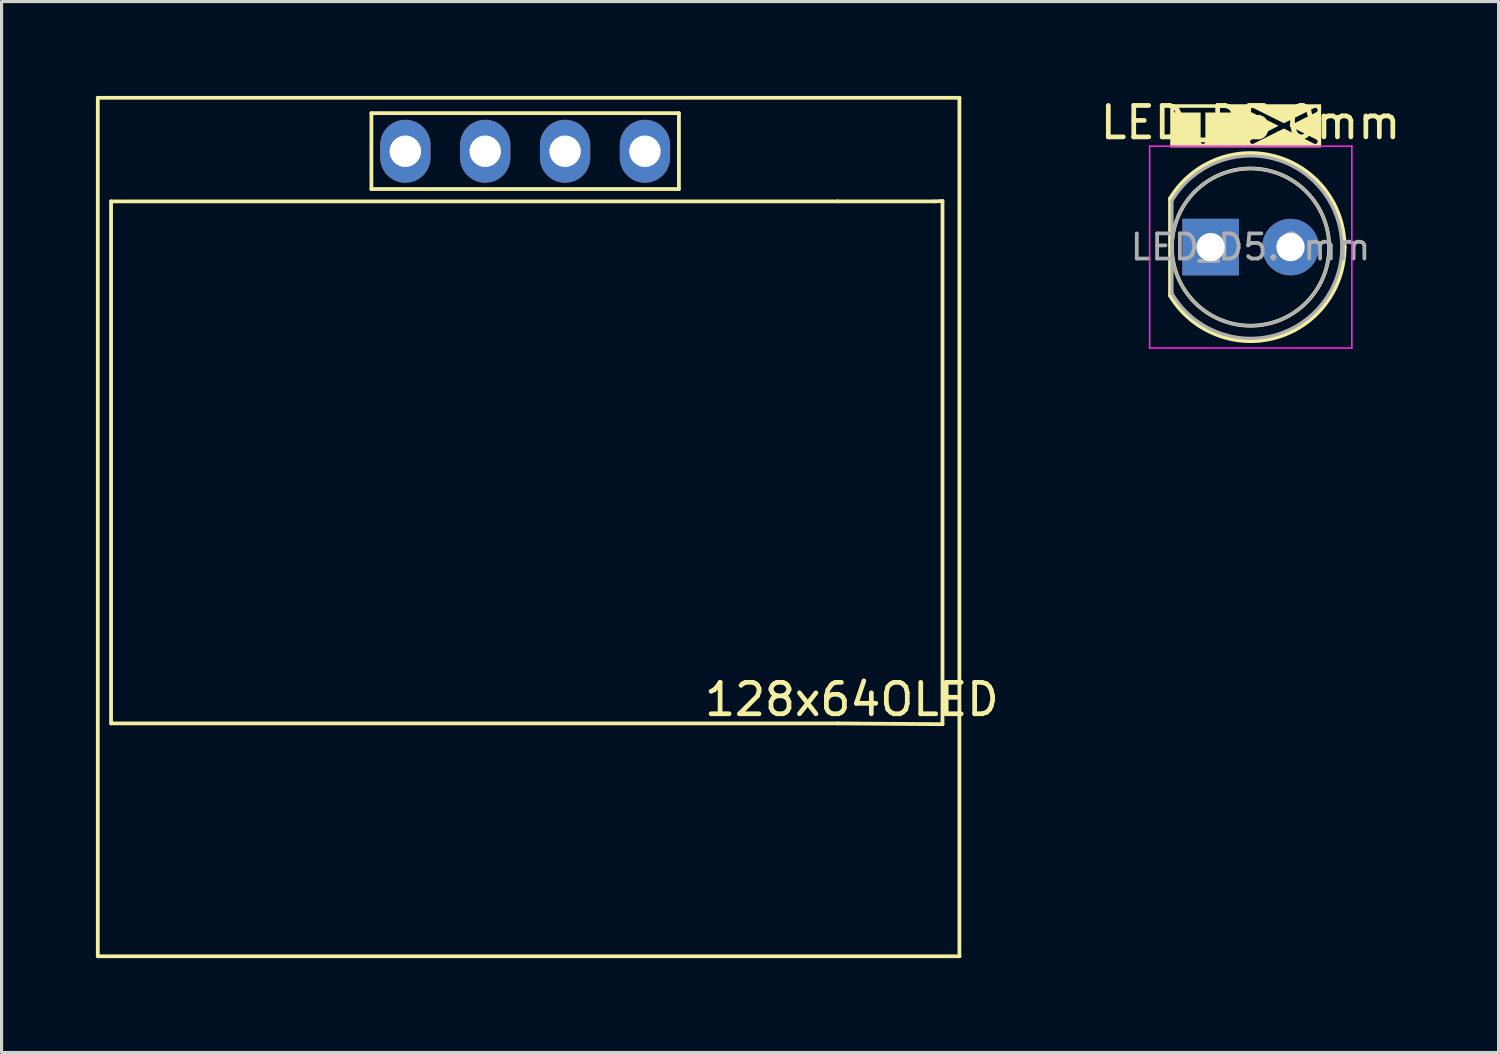
<source format=kicad_pcb>
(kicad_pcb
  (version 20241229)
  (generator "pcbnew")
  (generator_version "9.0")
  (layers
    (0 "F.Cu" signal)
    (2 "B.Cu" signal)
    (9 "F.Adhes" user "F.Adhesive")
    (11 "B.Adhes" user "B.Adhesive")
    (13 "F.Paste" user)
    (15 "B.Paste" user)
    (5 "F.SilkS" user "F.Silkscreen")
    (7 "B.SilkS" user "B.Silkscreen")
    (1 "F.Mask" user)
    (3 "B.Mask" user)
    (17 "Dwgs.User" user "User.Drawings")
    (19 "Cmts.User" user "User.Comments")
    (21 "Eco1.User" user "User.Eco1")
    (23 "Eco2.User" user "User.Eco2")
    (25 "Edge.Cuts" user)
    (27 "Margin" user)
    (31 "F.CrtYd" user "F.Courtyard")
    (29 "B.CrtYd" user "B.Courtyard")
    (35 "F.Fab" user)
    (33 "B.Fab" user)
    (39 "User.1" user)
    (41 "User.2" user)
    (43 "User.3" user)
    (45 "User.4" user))
  (footprint "128x64OLED"
    (layer "F.Cu")
    (at 13.46 12.36)
    (property "Reference" "128x64OLED" (at 10.58 6.834 0) (layer "F.SilkS") (effects (font (size 1 1) (thickness 0.15))))
    (attr through_hole)
    (fp_line (start -13.4 -12.3) (end 14 -12.3) (stroke (width 0.12) (type solid)) (layer "F.SilkS"))
    (fp_line (start -13.4 15) (end -13.4 -12.3) (stroke (width 0.12) (type solid)) (layer "F.SilkS"))
    (fp_line (start -12.978 -9.005) (end 10.122 -9.005) (stroke (width 0.12) (type solid)) (layer "F.SilkS"))
    (fp_line (start -12.978 7.595) (end -12.978 -9.005) (stroke (width 0.12) (type solid)) (layer "F.SilkS"))
    (fp_line (start -4.699 -11.811) (end -4.699 -9.398) (stroke (width 0.12) (type solid)) (layer "F.SilkS"))
    (fp_line (start -4.699 -11.811) (end 5.08 -11.811) (stroke (width 0.12) (type solid)) (layer "F.SilkS"))
    (fp_line (start 5.08 -11.811) (end 5.08 -9.398) (stroke (width 0.12) (type solid)) (layer "F.SilkS"))
    (fp_line (start 5.08 -9.398) (end -4.699 -9.398) (stroke (width 0.12) (type solid)) (layer "F.SilkS"))
    (fp_line (start 10.122 -9.005) (end 13.208 -9.005) (stroke (width 0.12) (type solid)) (layer "F.SilkS"))
    (fp_line (start 10.122 7.595) (end -12.978 7.595) (stroke (width 0.12) (type solid)) (layer "F.SilkS"))
    (fp_line (start 10.122 7.595) (end 13.462 7.62) (stroke (width 0.12) (type solid)) (layer "F.SilkS"))
    (fp_line (start 13.462 -9.017) (end 13.208 -9.005) (stroke (width 0.12) (type solid)) (layer "F.SilkS"))
    (fp_line (start 13.462 7.62) (end 13.462 -9.017) (stroke (width 0.12) (type solid)) (layer "F.SilkS"))
    (fp_line (start 14 -12.3) (end 14 15) (stroke (width 0.12) (type solid)) (layer "F.SilkS"))
    (fp_line (start 14 15) (end -13.4 15) (stroke (width 0.12) (type solid)) (layer "F.SilkS"))
    (pad "1" thru_hole oval (at -3.62 -10.6 90) (size 2 1.6) (drill 1) (layers "*.Cu" "*.Mask"))
    (pad "2" thru_hole oval (at -1.08 -10.6 90) (size 2 1.6) (drill 1) (layers "*.Cu" "*.Mask"))
    (pad "3" thru_hole oval (at 1.46 -10.6 90) (size 2 1.6) (drill 1) (layers "*.Cu" "*.Mask"))
    (pad "4" thru_hole oval (at 4 -10.6 90) (size 2 1.6) (drill 1) (layers "*.Cu" "*.Mask")))
  (footprint "LED_D5.0mm"
    (layer "F.Cu")
    (at 35.449 4.808)
    (property "Reference" "LED_D5.0mm" (at 1.27 -3.96 0) (layer "F.SilkS") (effects (font (size 1 1) (thickness 0.15))))
    (property "Field4" "TX" (at 1.186 -3.81 0) (unlocked yes) (layer "F.SilkS" knockout) (effects (font (size 1 3) (thickness 0.15))))
    (attr through_hole)
    (fp_line (start -1.29 -1.545) (end -1.29 1.545) (stroke (width 0.12) (type solid)) (layer "F.SilkS"))
    (fp_arc (start -1.29 -1.54483) (mid 2.071756 -2.880501) (end 4.26 -0.000048) (stroke (width 0.12) (type solid)) (layer "F.SilkS"))
    (fp_arc (start 4.26 0.000048) (mid 2.071756 2.880501) (end -1.29 1.54483) (stroke (width 0.12) (type solid)) (layer "F.SilkS"))
    (fp_circle (center 1.27 0) (end 3.77 0) (stroke (width 0.12) (type solid)) (fill no) (layer "F.SilkS"))
    (fp_line (start -1.94 -3.21) (end -1.94 3.21) (stroke (width 0.05) (type solid)) (layer "F.CrtYd"))
    (fp_line (start -1.94 3.21) (end 4.49 3.21) (stroke (width 0.05) (type solid)) (layer "F.CrtYd"))
    (fp_line (start 4.49 -3.21) (end -1.94 -3.21) (stroke (width 0.05) (type solid)) (layer "F.CrtYd"))
    (fp_line (start 4.49 3.21) (end 4.49 -3.21) (stroke (width 0.05) (type solid)) (layer "F.CrtYd"))
    (fp_line (start -1.23 -1.47) (end -1.23 1.47) (stroke (width 0.1) (type solid)) (layer "F.Fab"))
    (fp_arc (start -1.23 -1.469694) (mid 4.17 -0.000045) (end -1.229954 1.469772) (stroke (width 0.1) (type solid)) (layer "F.Fab"))
    (fp_circle (center 1.27 0) (end 3.77 0) (stroke (width 0.1) (type solid)) (fill no) (layer "F.Fab"))
    (fp_text user "${REFERENCE}" (at 1.27 0 0) (layer "F.Fab") (effects (font (size 0.8 0.8) (thickness 0.12))))
    (pad "1" thru_hole rect (at 0 0) (size 1.8 1.8) (drill 0.9) (layers "*.Cu" "*.Mask"))
    (pad "2" thru_hole circle (at 2.54 0) (size 1.8 1.8) (drill 0.9) (layers "*.Cu" "*.Mask")))
  (gr_rect
    (start -3 -3)
    (end 44.606 30.42)
    (stroke (width 0.1) (type default))
    (fill no)
    (layer "Edge.Cuts")))
</source>
